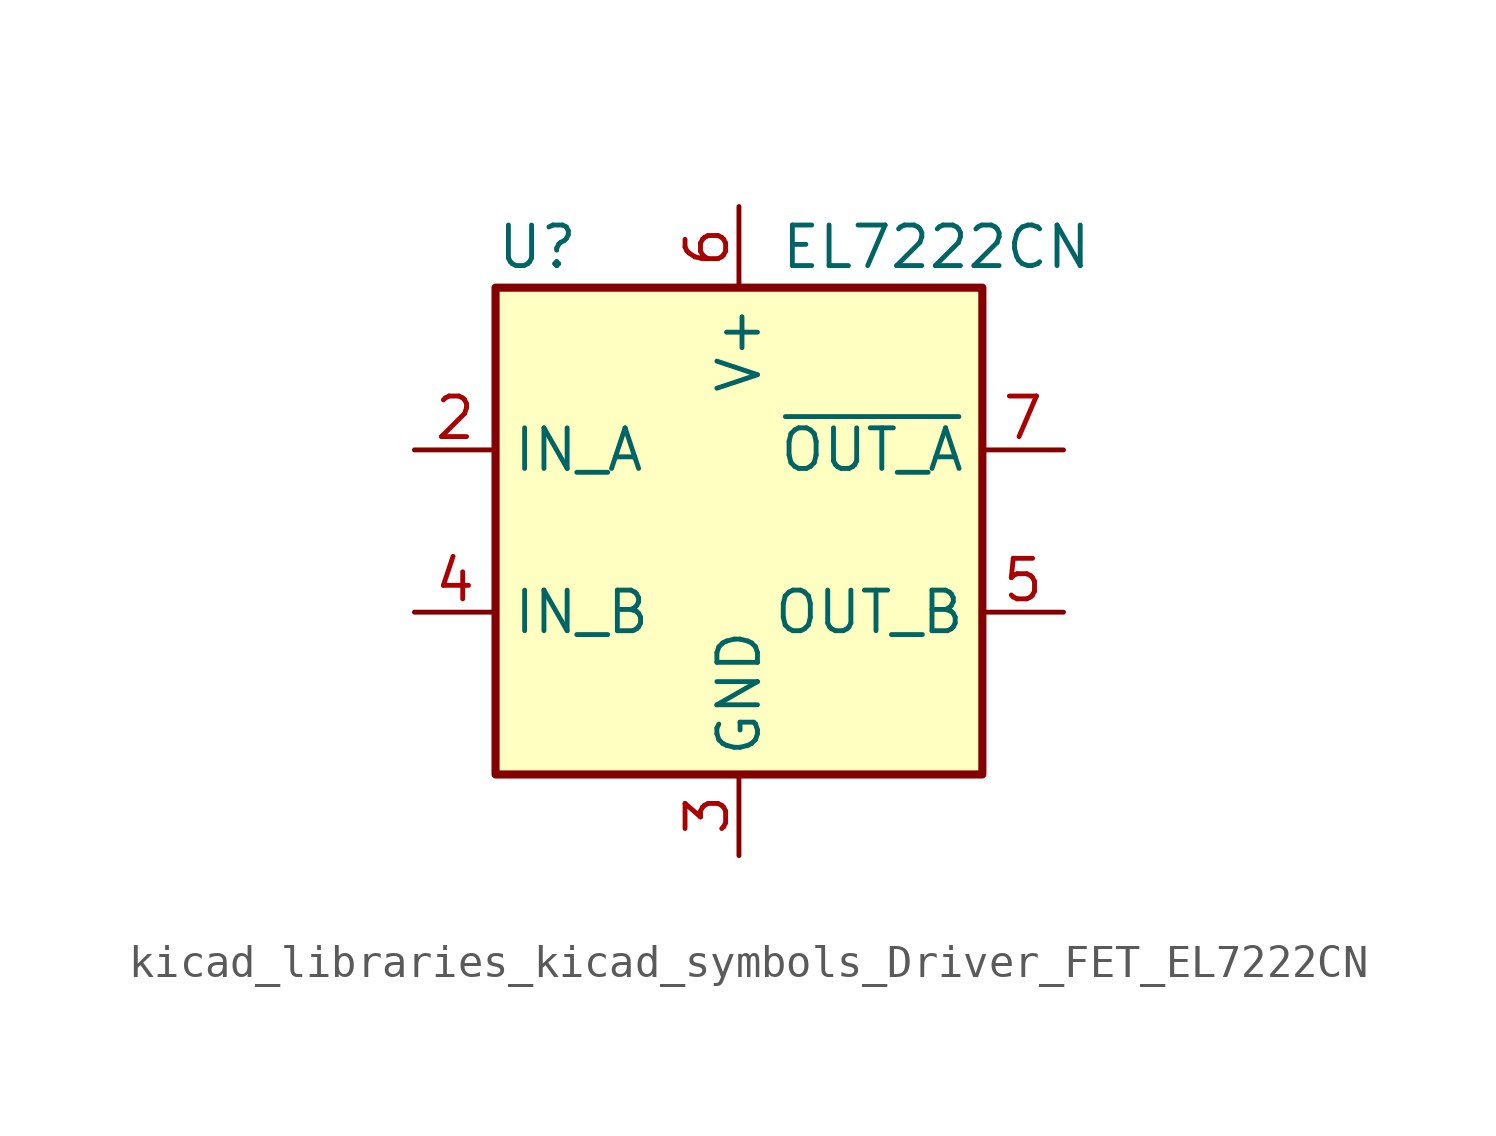
<source format=kicad_sym>
(kicad_symbol_lib
  (version 20220914)
  (generator kicad_symbol_editor)
  (symbol "kicad_libraries_kicad_symbols_Driver_FET_EL7222CN"
    (property "Reference" "U"
      (at -7.62 8.89 0)
      (effects (font (size 1.27 1.27)) (justify left)))
    (property "Value" "EL7222CN"
      (at 1.27 8.89 0)
      (effects (font (size 1.27 1.27)) (justify left)))
    (symbol "kicad_libraries_kicad_symbols_Driver_FET_EL7222CN_0_1"
      (rectangle (start -7.62 -7.62) (end 7.62 7.62) (stroke (width 0.254) (type default)) (fill (type background))))
    (symbol "kicad_libraries_kicad_symbols_Driver_FET_EL7222CN_1_1"
      (pin no_connect line (at -7.62 0 0) (length 2.54) hide (name "NC" (effects (font (size 1.27 1.27)))) (number "1" (effects (font (size 1.27 1.27)))))
      (pin input line (at -10.16 2.54 0) (length 2.54) (name "IN_A" (effects (font (size 1.27 1.27)))) (number "2" (effects (font (size 1.27 1.27)))))
      (pin power_in line (at 0 -10.16 90) (length 2.54) (name "GND" (effects (font (size 1.27 1.27)))) (number "3" (effects (font (size 1.27 1.27)))))
      (pin input line (at -10.16 -2.54 0) (length 2.54) (name "IN_B" (effects (font (size 1.27 1.27)))) (number "4" (effects (font (size 1.27 1.27)))))
      (pin output line (at 10.16 -2.54 180) (length 2.54) (name "OUT_B" (effects (font (size 1.27 1.27)))) (number "5" (effects (font (size 1.27 1.27)))))
      (pin power_in line (at 0 10.16 270) (length 2.54) (name "V+" (effects (font (size 1.27 1.27)))) (number "6" (effects (font (size 1.27 1.27)))))
      (pin output line (at 10.16 2.54 180) (length 2.54) (name "~{OUT_A}" (effects (font (size 1.27 1.27)))) (number "7" (effects (font (size 1.27 1.27)))))
      (pin no_connect line (at 7.62 0 180) (length 2.54) hide (name "NC" (effects (font (size 1.27 1.27)))) (number "8" (effects (font (size 1.27 1.27))))))))
</source>
